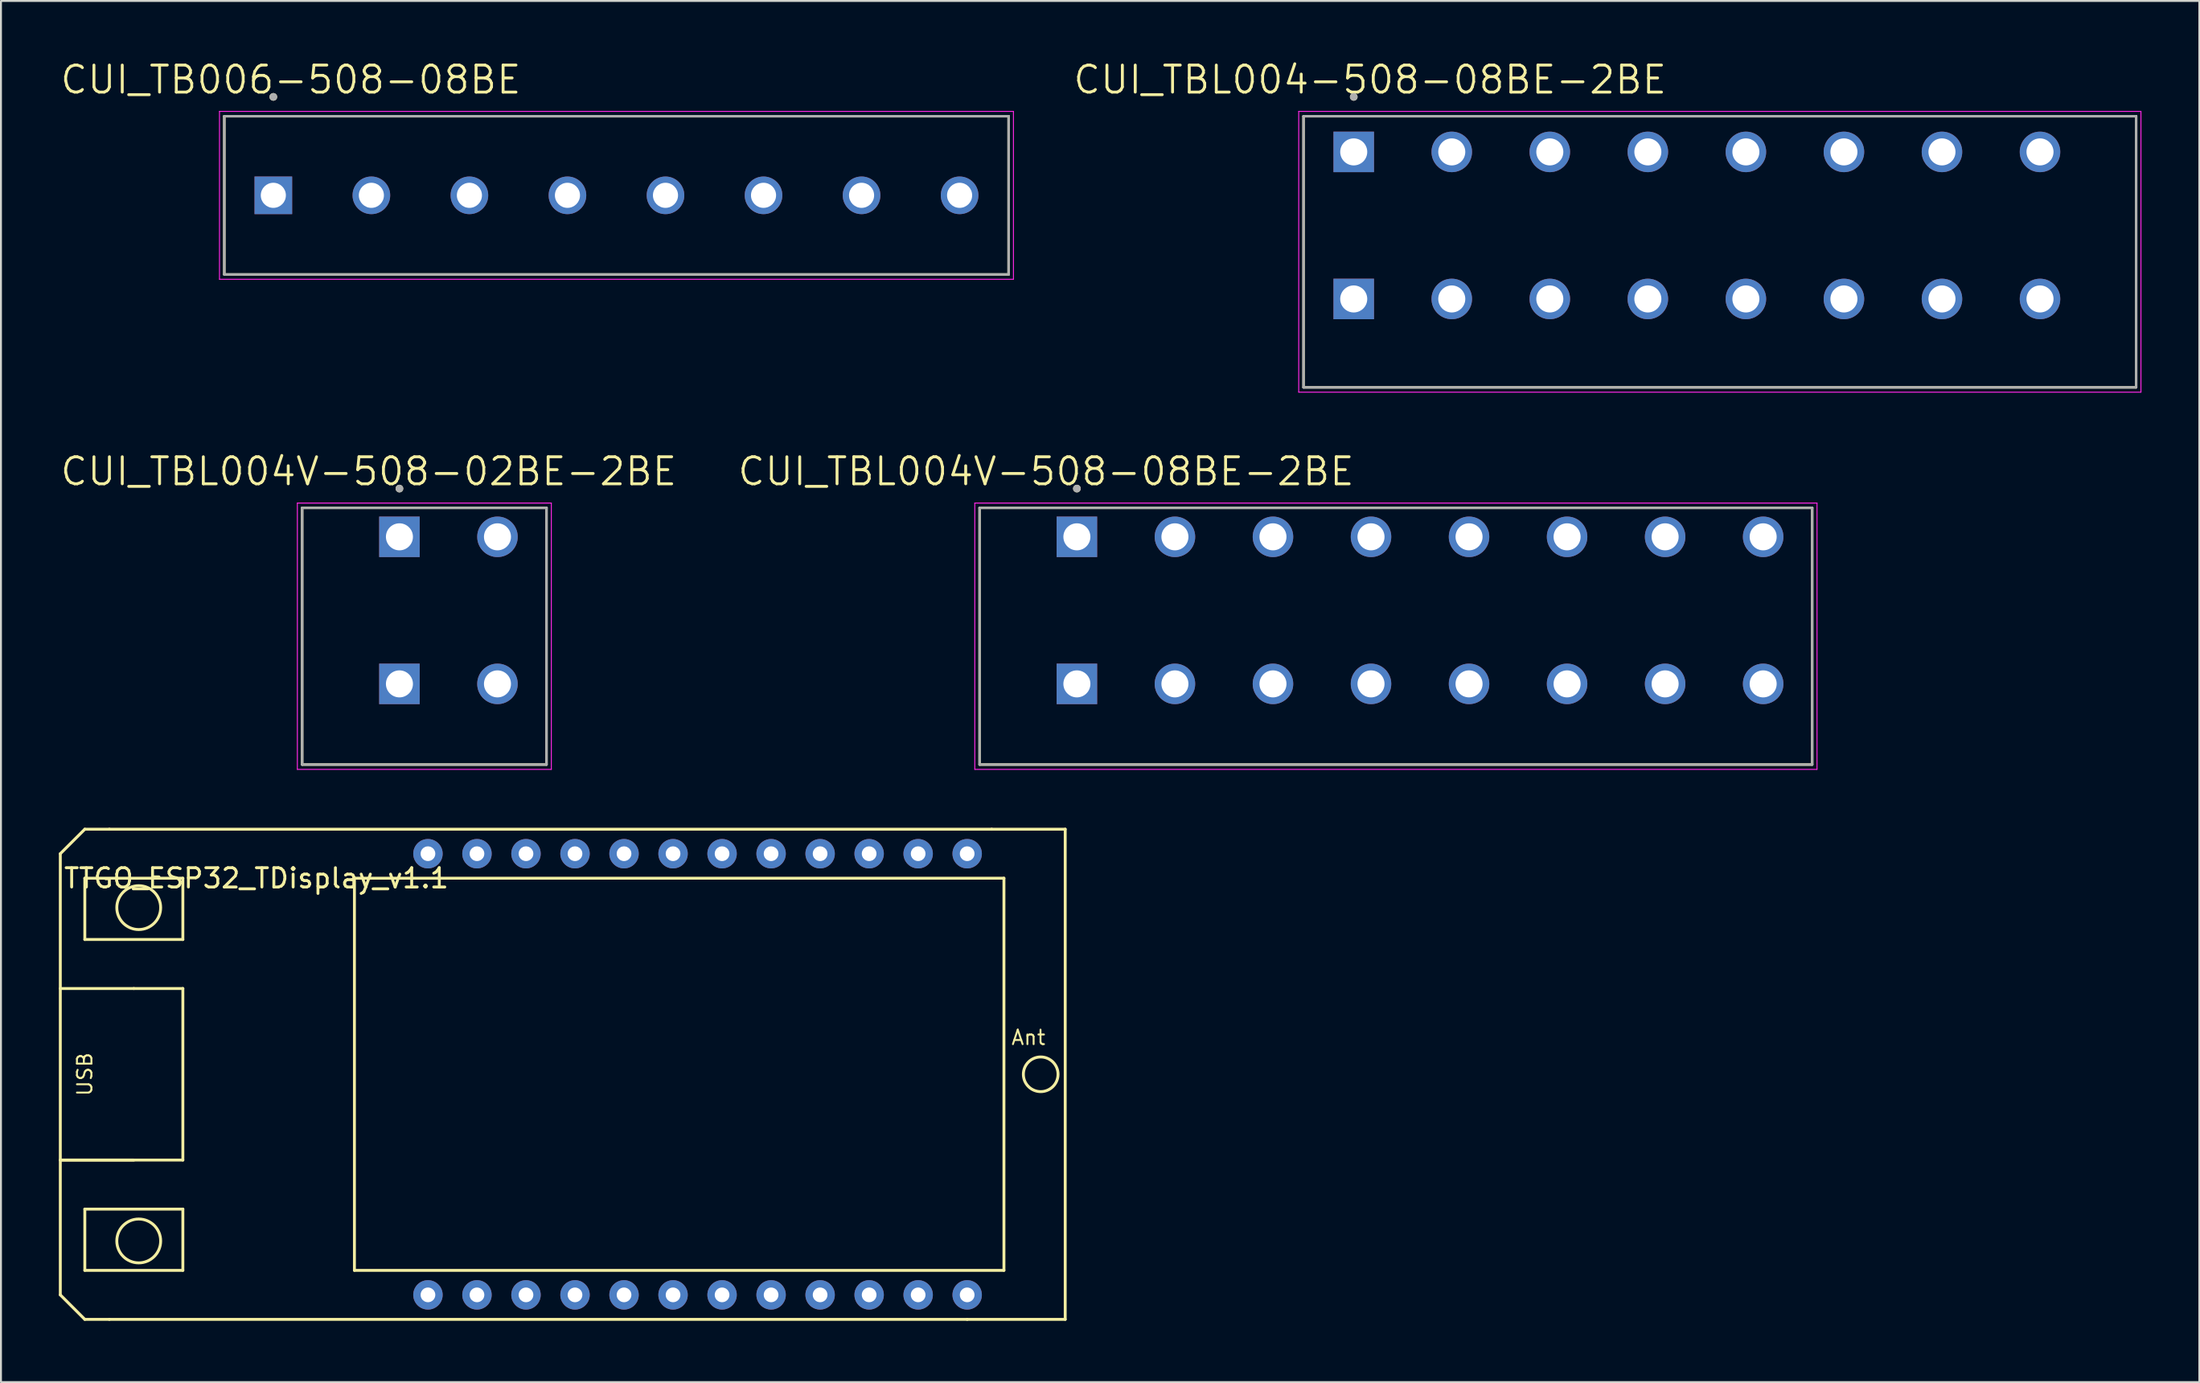
<source format=kicad_pcb>
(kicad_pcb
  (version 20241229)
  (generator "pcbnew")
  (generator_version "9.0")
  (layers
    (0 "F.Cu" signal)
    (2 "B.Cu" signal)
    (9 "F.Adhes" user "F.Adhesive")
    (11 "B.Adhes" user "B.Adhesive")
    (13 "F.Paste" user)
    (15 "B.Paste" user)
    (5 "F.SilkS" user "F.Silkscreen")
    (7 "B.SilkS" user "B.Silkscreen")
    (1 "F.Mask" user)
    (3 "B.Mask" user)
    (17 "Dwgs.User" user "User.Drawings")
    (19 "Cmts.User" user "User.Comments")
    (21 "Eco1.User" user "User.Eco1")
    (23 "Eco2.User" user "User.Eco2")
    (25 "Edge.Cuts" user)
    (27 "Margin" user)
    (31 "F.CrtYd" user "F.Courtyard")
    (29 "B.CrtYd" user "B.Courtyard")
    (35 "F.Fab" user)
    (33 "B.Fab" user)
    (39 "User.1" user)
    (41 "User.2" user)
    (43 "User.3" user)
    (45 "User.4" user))
  (footprint "TTGO_ESP32_TDisplay_v1.1"
    (layer "F.Cu")
    (at 2.615 65.317)
    (property "Reference" "TTGO_ESP32_TDisplay_v1.1" (at 7.62 -22.86 0) (layer "F.SilkS") (effects (font (size 1 1) (thickness 0.15))))
    (attr through_hole)
    (fp_line (start -2.54 -24.13) (end -1.27 -25.4) (stroke (width 0.15) (type solid)) (layer "F.SilkS"))
    (fp_line (start -2.54 -8.255) (end 1.27 -8.255) (stroke (width 0.15) (type solid)) (layer "F.SilkS"))
    (fp_line (start -2.54 -1.27) (end -2.54 -24.13) (stroke (width 0.15) (type solid)) (layer "F.SilkS"))
    (fp_line (start -1.27 -25.4) (end 0 -25.4) (stroke (width 0.15) (type solid)) (layer "F.SilkS"))
    (fp_line (start -1.27 -22.86) (end 3.81 -22.86) (stroke (width 0.15) (type solid)) (layer "F.SilkS"))
    (fp_line (start -1.27 -19.685) (end -1.27 -22.86) (stroke (width 0.15) (type solid)) (layer "F.SilkS"))
    (fp_line (start -1.27 -5.715) (end 3.81 -5.715) (stroke (width 0.15) (type solid)) (layer "F.SilkS"))
    (fp_line (start -1.27 -2.54) (end -1.27 -5.715) (stroke (width 0.15) (type solid)) (layer "F.SilkS"))
    (fp_line (start -1.27 0) (end -2.54 -1.27) (stroke (width 0.15) (type solid)) (layer "F.SilkS"))
    (fp_line (start 0 0) (end -1.27 0) (stroke (width 0.15) (type solid)) (layer "F.SilkS"))
    (fp_line (start 1.27 -17.145) (end -2.54 -17.145) (stroke (width 0.15) (type solid)) (layer "F.SilkS"))
    (fp_line (start 1.27 -17.145) (end 3.81 -17.145) (stroke (width 0.15) (type solid)) (layer "F.SilkS"))
    (fp_line (start 3.81 -22.86) (end 3.81 -19.685) (stroke (width 0.15) (type solid)) (layer "F.SilkS"))
    (fp_line (start 3.81 -19.685) (end -1.27 -19.685) (stroke (width 0.15) (type solid)) (layer "F.SilkS"))
    (fp_line (start 3.81 -17.145) (end 3.81 -8.255) (stroke (width 0.15) (type solid)) (layer "F.SilkS"))
    (fp_line (start 3.81 -8.255) (end -2.54 -8.255) (stroke (width 0.15) (type solid)) (layer "F.SilkS"))
    (fp_line (start 3.81 -5.715) (end 3.81 -2.54) (stroke (width 0.15) (type solid)) (layer "F.SilkS"))
    (fp_line (start 3.81 -2.54) (end -1.27 -2.54) (stroke (width 0.15) (type solid)) (layer "F.SilkS"))
    (fp_line (start 12.7 -22.86) (end 46.355 -22.86) (stroke (width 0.15) (type solid)) (layer "F.SilkS"))
    (fp_line (start 12.7 -2.54) (end 12.7 -22.86) (stroke (width 0.15) (type solid)) (layer "F.SilkS"))
    (fp_line (start 44.45 0) (end 0 0) (stroke (width 0.15) (type solid)) (layer "F.SilkS"))
    (fp_line (start 45.72 -25.4) (end 0 -25.4) (stroke (width 0.15) (type solid)) (layer "F.SilkS"))
    (fp_line (start 46.355 -22.86) (end 46.355 -2.54) (stroke (width 0.15) (type solid)) (layer "F.SilkS"))
    (fp_line (start 46.355 -2.54) (end 12.7 -2.54) (stroke (width 0.15) (type solid)) (layer "F.SilkS"))
    (fp_line (start 49.53 -25.4) (end 45.72 -25.4) (stroke (width 0.15) (type solid)) (layer "F.SilkS"))
    (fp_line (start 49.53 -25.4) (end 49.53 0) (stroke (width 0.15) (type solid)) (layer "F.SilkS"))
    (fp_line (start 49.53 0) (end 44.45 0) (stroke (width 0.15) (type solid)) (layer "F.SilkS"))
    (fp_circle (center 1.524 -21.336) (end 2.54 -21.844) (stroke (width 0.15) (type solid)) (fill no) (layer "F.SilkS"))
    (fp_circle (center 1.524 -4.064) (end 2.54 -4.572) (stroke (width 0.15) (type solid)) (fill no) (layer "F.SilkS"))
    (fp_circle (center 48.26 -12.7) (end 48.895 -13.335) (stroke (width 0.15) (type solid)) (fill no) (layer "F.SilkS"))
    (fp_text user "USB" (at -1.27 -12.7 90) (layer "F.SilkS") (effects (font (size 0.75 0.75) (thickness 0.1))))
    (fp_text user "Ant" (at 47.625 -14.605 0) (layer "F.SilkS") (effects (font (size 0.75 0.75) (thickness 0.1))))
    (pad "1" thru_hole circle (at 16.51 -1.27) (size 1.524 1.524) (drill 0.762) (layers "*.Cu" "*.Mask"))
    (pad "2" thru_hole circle (at 19.05 -1.27) (size 1.524 1.524) (drill 0.762) (layers "*.Cu" "*.Mask"))
    (pad "3" thru_hole circle (at 21.59 -1.27) (size 1.524 1.524) (drill 0.762) (layers "*.Cu" "*.Mask"))
    (pad "4" thru_hole circle (at 24.13 -1.27) (size 1.524 1.524) (drill 0.762) (layers "*.Cu" "*.Mask"))
    (pad "5" thru_hole circle (at 26.67 -1.27) (size 1.524 1.524) (drill 0.762) (layers "*.Cu" "*.Mask"))
    (pad "6" thru_hole circle (at 29.21 -1.27) (size 1.524 1.524) (drill 0.762) (layers "*.Cu" "*.Mask"))
    (pad "7" thru_hole circle (at 31.75 -1.27) (size 1.524 1.524) (drill 0.762) (layers "*.Cu" "*.Mask"))
    (pad "8" thru_hole circle (at 34.29 -1.27) (size 1.524 1.524) (drill 0.762) (layers "*.Cu" "*.Mask"))
    (pad "9" thru_hole circle (at 36.83 -1.27) (size 1.524 1.524) (drill 0.762) (layers "*.Cu" "*.Mask"))
    (pad "10" thru_hole circle (at 39.37 -1.27) (size 1.524 1.524) (drill 0.762) (layers "*.Cu" "*.Mask"))
    (pad "11" thru_hole circle (at 41.91 -1.27) (size 1.524 1.524) (drill 0.762) (layers "*.Cu" "*.Mask"))
    (pad "12" thru_hole circle (at 44.45 -1.27) (size 1.524 1.524) (drill 0.762) (layers "*.Cu" "*.Mask"))
    (pad "13" thru_hole circle (at 44.45 -24.13) (size 1.524 1.524) (drill 0.762) (layers "*.Cu" "*.Mask"))
    (pad "14" thru_hole circle (at 41.91 -24.13) (size 1.524 1.524) (drill 0.762) (layers "*.Cu" "*.Mask"))
    (pad "15" thru_hole circle (at 39.37 -24.13) (size 1.524 1.524) (drill 0.762) (layers "*.Cu" "*.Mask"))
    (pad "16" thru_hole circle (at 36.83 -24.13) (size 1.524 1.524) (drill 0.762) (layers "*.Cu" "*.Mask"))
    (pad "17" thru_hole circle (at 34.29 -24.13) (size 1.524 1.524) (drill 0.762) (layers "*.Cu" "*.Mask"))
    (pad "18" thru_hole circle (at 31.75 -24.13) (size 1.524 1.524) (drill 0.762) (layers "*.Cu" "*.Mask"))
    (pad "19" thru_hole circle (at 29.21 -24.13) (size 1.524 1.524) (drill 0.762) (layers "*.Cu" "*.Mask"))
    (pad "20" thru_hole circle (at 26.67 -24.13) (size 1.524 1.524) (drill 0.762) (layers "*.Cu" "*.Mask"))
    (pad "21" thru_hole circle (at 24.13 -24.13) (size 1.524 1.524) (drill 0.762) (layers "*.Cu" "*.Mask"))
    (pad "22" thru_hole circle (at 21.59 -24.13) (size 1.524 1.524) (drill 0.762) (layers "*.Cu" "*.Mask"))
    (pad "23" thru_hole circle (at 19.05 -24.13) (size 1.524 1.524) (drill 0.762) (layers "*.Cu" "*.Mask"))
    (pad "24" thru_hole circle (at 16.51 -24.13) (size 1.524 1.524) (drill 0.762) (layers "*.Cu" "*.Mask")))
  (footprint "CUI_TBL004V-508-08BE-2BE"
    (layer "F.Cu")
    (at 52.75 24.767)
    (property "Reference" "CUI_TBL004V-508-08BE-2BE" (at -1.595 -3.389 0) (layer "F.SilkS") (effects (font (size 1.4 1.4) (thickness 0.15))))
    (attr through_hole)
    (fp_line (start -5.04 -1.5) (end 38.1 -1.5) (stroke (width 0.127) (type solid)) (layer "F.SilkS"))
    (fp_line (start -5.04 11.8) (end -5.04 -1.5) (stroke (width 0.127) (type solid)) (layer "F.SilkS"))
    (fp_line (start 38.1 -1.5) (end 38.1 11.8) (stroke (width 0.127) (type solid)) (layer "F.SilkS"))
    (fp_line (start 38.1 11.8) (end -5.04 11.8) (stroke (width 0.127) (type solid)) (layer "F.SilkS"))
    (fp_circle (center 0 -2.5) (end 0.1 -2.5) (stroke (width 0.2) (type solid)) (fill no) (layer "F.SilkS"))
    (fp_line (start -5.29 -1.75) (end 38.35 -1.75) (stroke (width 0.05) (type solid)) (layer "F.CrtYd"))
    (fp_line (start -5.29 12.05) (end -5.29 -1.75) (stroke (width 0.05) (type solid)) (layer "F.CrtYd"))
    (fp_line (start 38.35 -1.75) (end 38.35 12.05) (stroke (width 0.05) (type solid)) (layer "F.CrtYd"))
    (fp_line (start 38.35 12.05) (end -5.29 12.05) (stroke (width 0.05) (type solid)) (layer "F.CrtYd"))
    (fp_line (start -5.04 -1.5) (end 38.1 -1.5) (stroke (width 0.127) (type solid)) (layer "F.Fab"))
    (fp_line (start -5.04 11.8) (end -5.04 -1.5) (stroke (width 0.127) (type solid)) (layer "F.Fab"))
    (fp_line (start 38.1 -1.5) (end 38.1 11.8) (stroke (width 0.127) (type solid)) (layer "F.Fab"))
    (fp_line (start 38.1 11.8) (end -5.04 11.8) (stroke (width 0.127) (type solid)) (layer "F.Fab"))
    (fp_circle (center 0 -2.5) (end 0.1 -2.5) (stroke (width 0.2) (type solid)) (fill no) (layer "F.Fab"))
    (pad "1_A" thru_hole rect (at 0 0) (size 2.1 2.1) (drill 1.4) (layers "*.Cu" "*.Mask"))
    (pad "1_B" thru_hole rect (at 0 7.62) (size 2.1 2.1) (drill 1.4) (layers "*.Cu" "*.Mask"))
    (pad "2_A" thru_hole circle (at 5.08 0) (size 2.1 2.1) (drill 1.4) (layers "*.Cu" "*.Mask"))
    (pad "2_B" thru_hole circle (at 5.08 7.62) (size 2.1 2.1) (drill 1.4) (layers "*.Cu" "*.Mask"))
    (pad "3_A" thru_hole circle (at 10.16 0) (size 2.1 2.1) (drill 1.4) (layers "*.Cu" "*.Mask"))
    (pad "3_B" thru_hole circle (at 10.16 7.62) (size 2.1 2.1) (drill 1.4) (layers "*.Cu" "*.Mask"))
    (pad "4_A" thru_hole circle (at 15.24 0) (size 2.1 2.1) (drill 1.4) (layers "*.Cu" "*.Mask"))
    (pad "4_B" thru_hole circle (at 15.24 7.62) (size 2.1 2.1) (drill 1.4) (layers "*.Cu" "*.Mask"))
    (pad "5_A" thru_hole circle (at 20.32 0) (size 2.1 2.1) (drill 1.4) (layers "*.Cu" "*.Mask"))
    (pad "5_B" thru_hole circle (at 20.32 7.62) (size 2.1 2.1) (drill 1.4) (layers "*.Cu" "*.Mask"))
    (pad "6_A" thru_hole circle (at 25.4 0) (size 2.1 2.1) (drill 1.4) (layers "*.Cu" "*.Mask"))
    (pad "6_B" thru_hole circle (at 25.4 7.62) (size 2.1 2.1) (drill 1.4) (layers "*.Cu" "*.Mask"))
    (pad "7_A" thru_hole circle (at 30.48 0) (size 2.1 2.1) (drill 1.4) (layers "*.Cu" "*.Mask"))
    (pad "7_B" thru_hole circle (at 30.48 7.62) (size 2.1 2.1) (drill 1.4) (layers "*.Cu" "*.Mask"))
    (pad "8_A" thru_hole circle (at 35.56 0) (size 2.1 2.1) (drill 1.4) (layers "*.Cu" "*.Mask"))
    (pad "8_B" thru_hole circle (at 35.56 7.62) (size 2.1 2.1) (drill 1.4) (layers "*.Cu" "*.Mask")))
  (footprint "CUI_TBL004V-508-02BE-2BE"
    (layer "F.Cu")
    (at 17.647 24.767)
    (property "Reference" "CUI_TBL004V-508-02BE-2BE" (at -1.595 -3.389 0) (layer "F.SilkS") (effects (font (size 1.4 1.4) (thickness 0.15))))
    (attr through_hole)
    (fp_line (start -5.04 -1.5) (end 7.62 -1.5) (stroke (width 0.127) (type solid)) (layer "F.SilkS"))
    (fp_line (start -5.04 11.8) (end -5.04 -1.5) (stroke (width 0.127) (type solid)) (layer "F.SilkS"))
    (fp_line (start 7.62 -1.5) (end 7.62 11.8) (stroke (width 0.127) (type solid)) (layer "F.SilkS"))
    (fp_line (start 7.62 11.8) (end -5.04 11.8) (stroke (width 0.127) (type solid)) (layer "F.SilkS"))
    (fp_circle (center 0 -2.5) (end 0.1 -2.5) (stroke (width 0.2) (type solid)) (fill no) (layer "F.SilkS"))
    (fp_line (start -5.29 -1.75) (end 7.87 -1.75) (stroke (width 0.05) (type solid)) (layer "F.CrtYd"))
    (fp_line (start -5.29 12.05) (end -5.29 -1.75) (stroke (width 0.05) (type solid)) (layer "F.CrtYd"))
    (fp_line (start 7.87 -1.75) (end 7.87 12.05) (stroke (width 0.05) (type solid)) (layer "F.CrtYd"))
    (fp_line (start 7.87 12.05) (end -5.29 12.05) (stroke (width 0.05) (type solid)) (layer "F.CrtYd"))
    (fp_line (start -5.04 -1.5) (end 7.62 -1.5) (stroke (width 0.127) (type solid)) (layer "F.Fab"))
    (fp_line (start -5.04 11.8) (end -5.04 -1.5) (stroke (width 0.127) (type solid)) (layer "F.Fab"))
    (fp_line (start 7.62 -1.5) (end 7.62 11.8) (stroke (width 0.127) (type solid)) (layer "F.Fab"))
    (fp_line (start 7.62 11.8) (end -5.04 11.8) (stroke (width 0.127) (type solid)) (layer "F.Fab"))
    (fp_circle (center 0 -2.5) (end 0.1 -2.5) (stroke (width 0.2) (type solid)) (fill no) (layer "F.Fab"))
    (pad "1_A" thru_hole rect (at 0 0) (size 2.1 2.1) (drill 1.4) (layers "*.Cu" "*.Mask"))
    (pad "1_B" thru_hole rect (at 0 7.62) (size 2.1 2.1) (drill 1.4) (layers "*.Cu" "*.Mask"))
    (pad "2_A" thru_hole circle (at 5.08 0) (size 2.1 2.1) (drill 1.4) (layers "*.Cu" "*.Mask"))
    (pad "2_B" thru_hole circle (at 5.08 7.62) (size 2.1 2.1) (drill 1.4) (layers "*.Cu" "*.Mask")))
  (footprint "CUI_TB006-508-08BE"
    (layer "F.Cu")
    (at 11.113 7.071)
    (property "Reference" "CUI_TB006-508-08BE" (at 0.905 -5.989 0) (layer "F.SilkS") (effects (font (size 1.4 1.4) (thickness 0.15))))
    (attr through_hole)
    (fp_line (start -2.54 -4.1) (end 38.1 -4.1) (stroke (width 0.127) (type solid)) (layer "F.SilkS"))
    (fp_line (start -2.54 4.1) (end -2.54 -4.1) (stroke (width 0.127) (type solid)) (layer "F.SilkS"))
    (fp_line (start 38.1 -4.1) (end 38.1 4.1) (stroke (width 0.127) (type solid)) (layer "F.SilkS"))
    (fp_line (start 38.1 4.1) (end -2.54 4.1) (stroke (width 0.127) (type solid)) (layer "F.SilkS"))
    (fp_circle (center 0 -5.1) (end 0.1 -5.1) (stroke (width 0.2) (type solid)) (fill no) (layer "F.SilkS"))
    (fp_line (start -2.79 -4.35) (end 38.35 -4.35) (stroke (width 0.05) (type solid)) (layer "F.CrtYd"))
    (fp_line (start -2.79 4.35) (end -2.79 -4.35) (stroke (width 0.05) (type solid)) (layer "F.CrtYd"))
    (fp_line (start 38.35 -4.35) (end 38.35 4.35) (stroke (width 0.05) (type solid)) (layer "F.CrtYd"))
    (fp_line (start 38.35 4.35) (end -2.79 4.35) (stroke (width 0.05) (type solid)) (layer "F.CrtYd"))
    (fp_line (start -2.54 -4.1) (end 38.1 -4.1) (stroke (width 0.127) (type solid)) (layer "F.Fab"))
    (fp_line (start -2.54 4.1) (end -2.54 -4.1) (stroke (width 0.127) (type solid)) (layer "F.Fab"))
    (fp_line (start 38.1 -4.1) (end 38.1 4.1) (stroke (width 0.127) (type solid)) (layer "F.Fab"))
    (fp_line (start 38.1 4.1) (end -2.54 4.1) (stroke (width 0.127) (type solid)) (layer "F.Fab"))
    (fp_circle (center 0 -5.1) (end 0.1 -5.1) (stroke (width 0.2) (type solid)) (fill no) (layer "F.Fab"))
    (pad "1" thru_hole rect (at 0 0) (size 1.95 1.95) (drill 1.3) (layers "*.Cu" "*.Mask"))
    (pad "2" thru_hole circle (at 5.08 0) (size 1.95 1.95) (drill 1.3) (layers "*.Cu" "*.Mask"))
    (pad "3" thru_hole circle (at 10.16 0) (size 1.95 1.95) (drill 1.3) (layers "*.Cu" "*.Mask"))
    (pad "4" thru_hole circle (at 15.24 0) (size 1.95 1.95) (drill 1.3) (layers "*.Cu" "*.Mask"))
    (pad "5" thru_hole circle (at 20.32 0) (size 1.95 1.95) (drill 1.3) (layers "*.Cu" "*.Mask"))
    (pad "6" thru_hole circle (at 25.4 0) (size 1.95 1.95) (drill 1.3) (layers "*.Cu" "*.Mask"))
    (pad "7" thru_hole circle (at 30.48 0) (size 1.95 1.95) (drill 1.3) (layers "*.Cu" "*.Mask"))
    (pad "8" thru_hole circle (at 35.56 0) (size 1.95 1.95) (drill 1.3) (layers "*.Cu" "*.Mask")))
  (footprint "CUI_TBL004-508-08BE-2BE"
    (layer "F.Cu")
    (at 67.095 4.821)
    (property "Reference" "CUI_TBL004-508-08BE-2BE" (at 0.845 -3.739 0) (layer "F.SilkS") (effects (font (size 1.4 1.4) (thickness 0.15))))
    (attr through_hole)
    (fp_line (start -2.6 -1.85) (end 40.54 -1.85) (stroke (width 0.127) (type solid)) (layer "F.SilkS"))
    (fp_line (start -2.6 12.2) (end -2.6 -1.85) (stroke (width 0.127) (type solid)) (layer "F.SilkS"))
    (fp_line (start 40.54 -1.85) (end 40.54 12.2) (stroke (width 0.127) (type solid)) (layer "F.SilkS"))
    (fp_line (start 40.54 12.2) (end -2.6 12.2) (stroke (width 0.127) (type solid)) (layer "F.SilkS"))
    (fp_circle (center 0 -2.85) (end 0.1 -2.85) (stroke (width 0.2) (type solid)) (fill no) (layer "F.SilkS"))
    (fp_line (start -2.85 -2.1) (end 40.79 -2.1) (stroke (width 0.05) (type solid)) (layer "F.CrtYd"))
    (fp_line (start -2.85 12.45) (end -2.85 -2.1) (stroke (width 0.05) (type solid)) (layer "F.CrtYd"))
    (fp_line (start 40.79 -2.1) (end 40.79 12.45) (stroke (width 0.05) (type solid)) (layer "F.CrtYd"))
    (fp_line (start 40.79 12.45) (end -2.85 12.45) (stroke (width 0.05) (type solid)) (layer "F.CrtYd"))
    (fp_line (start -2.6 -1.85) (end 40.54 -1.85) (stroke (width 0.127) (type solid)) (layer "F.Fab"))
    (fp_line (start -2.6 12.2) (end -2.6 -1.85) (stroke (width 0.127) (type solid)) (layer "F.Fab"))
    (fp_line (start 40.54 -1.85) (end 40.54 12.2) (stroke (width 0.127) (type solid)) (layer "F.Fab"))
    (fp_line (start 40.54 12.2) (end -2.6 12.2) (stroke (width 0.127) (type solid)) (layer "F.Fab"))
    (fp_circle (center 0 -2.85) (end 0.1 -2.85) (stroke (width 0.2) (type solid)) (fill no) (layer "F.Fab"))
    (pad "1_A" thru_hole rect (at 0 0) (size 2.1 2.1) (drill 1.4) (layers "*.Cu" "*.Mask"))
    (pad "1_B" thru_hole rect (at 0 7.62) (size 2.1 2.1) (drill 1.4) (layers "*.Cu" "*.Mask"))
    (pad "2_A" thru_hole circle (at 5.08 0) (size 2.1 2.1) (drill 1.4) (layers "*.Cu" "*.Mask"))
    (pad "2_B" thru_hole circle (at 5.08 7.62) (size 2.1 2.1) (drill 1.4) (layers "*.Cu" "*.Mask"))
    (pad "3_A" thru_hole circle (at 10.16 0) (size 2.1 2.1) (drill 1.4) (layers "*.Cu" "*.Mask"))
    (pad "3_B" thru_hole circle (at 10.16 7.62) (size 2.1 2.1) (drill 1.4) (layers "*.Cu" "*.Mask"))
    (pad "4_A" thru_hole circle (at 15.24 0) (size 2.1 2.1) (drill 1.4) (layers "*.Cu" "*.Mask"))
    (pad "4_B" thru_hole circle (at 15.24 7.62) (size 2.1 2.1) (drill 1.4) (layers "*.Cu" "*.Mask"))
    (pad "5_A" thru_hole circle (at 20.32 0) (size 2.1 2.1) (drill 1.4) (layers "*.Cu" "*.Mask"))
    (pad "5_B" thru_hole circle (at 20.32 7.62) (size 2.1 2.1) (drill 1.4) (layers "*.Cu" "*.Mask"))
    (pad "6_A" thru_hole circle (at 25.4 0) (size 2.1 2.1) (drill 1.4) (layers "*.Cu" "*.Mask"))
    (pad "6_B" thru_hole circle (at 25.4 7.62) (size 2.1 2.1) (drill 1.4) (layers "*.Cu" "*.Mask"))
    (pad "7_A" thru_hole circle (at 30.48 0) (size 2.1 2.1) (drill 1.4) (layers "*.Cu" "*.Mask"))
    (pad "7_B" thru_hole circle (at 30.48 7.62) (size 2.1 2.1) (drill 1.4) (layers "*.Cu" "*.Mask"))
    (pad "8_A" thru_hole circle (at 35.56 0) (size 2.1 2.1) (drill 1.4) (layers "*.Cu" "*.Mask"))
    (pad "8_B" thru_hole circle (at 35.56 7.62) (size 2.1 2.1) (drill 1.4) (layers "*.Cu" "*.Mask")))
  (gr_rect
    (start -3 -3)
    (end 110.91 68.567)
    (stroke (width 0.1) (type default))
    (fill no)
    (layer "Edge.Cuts")))
</source>
